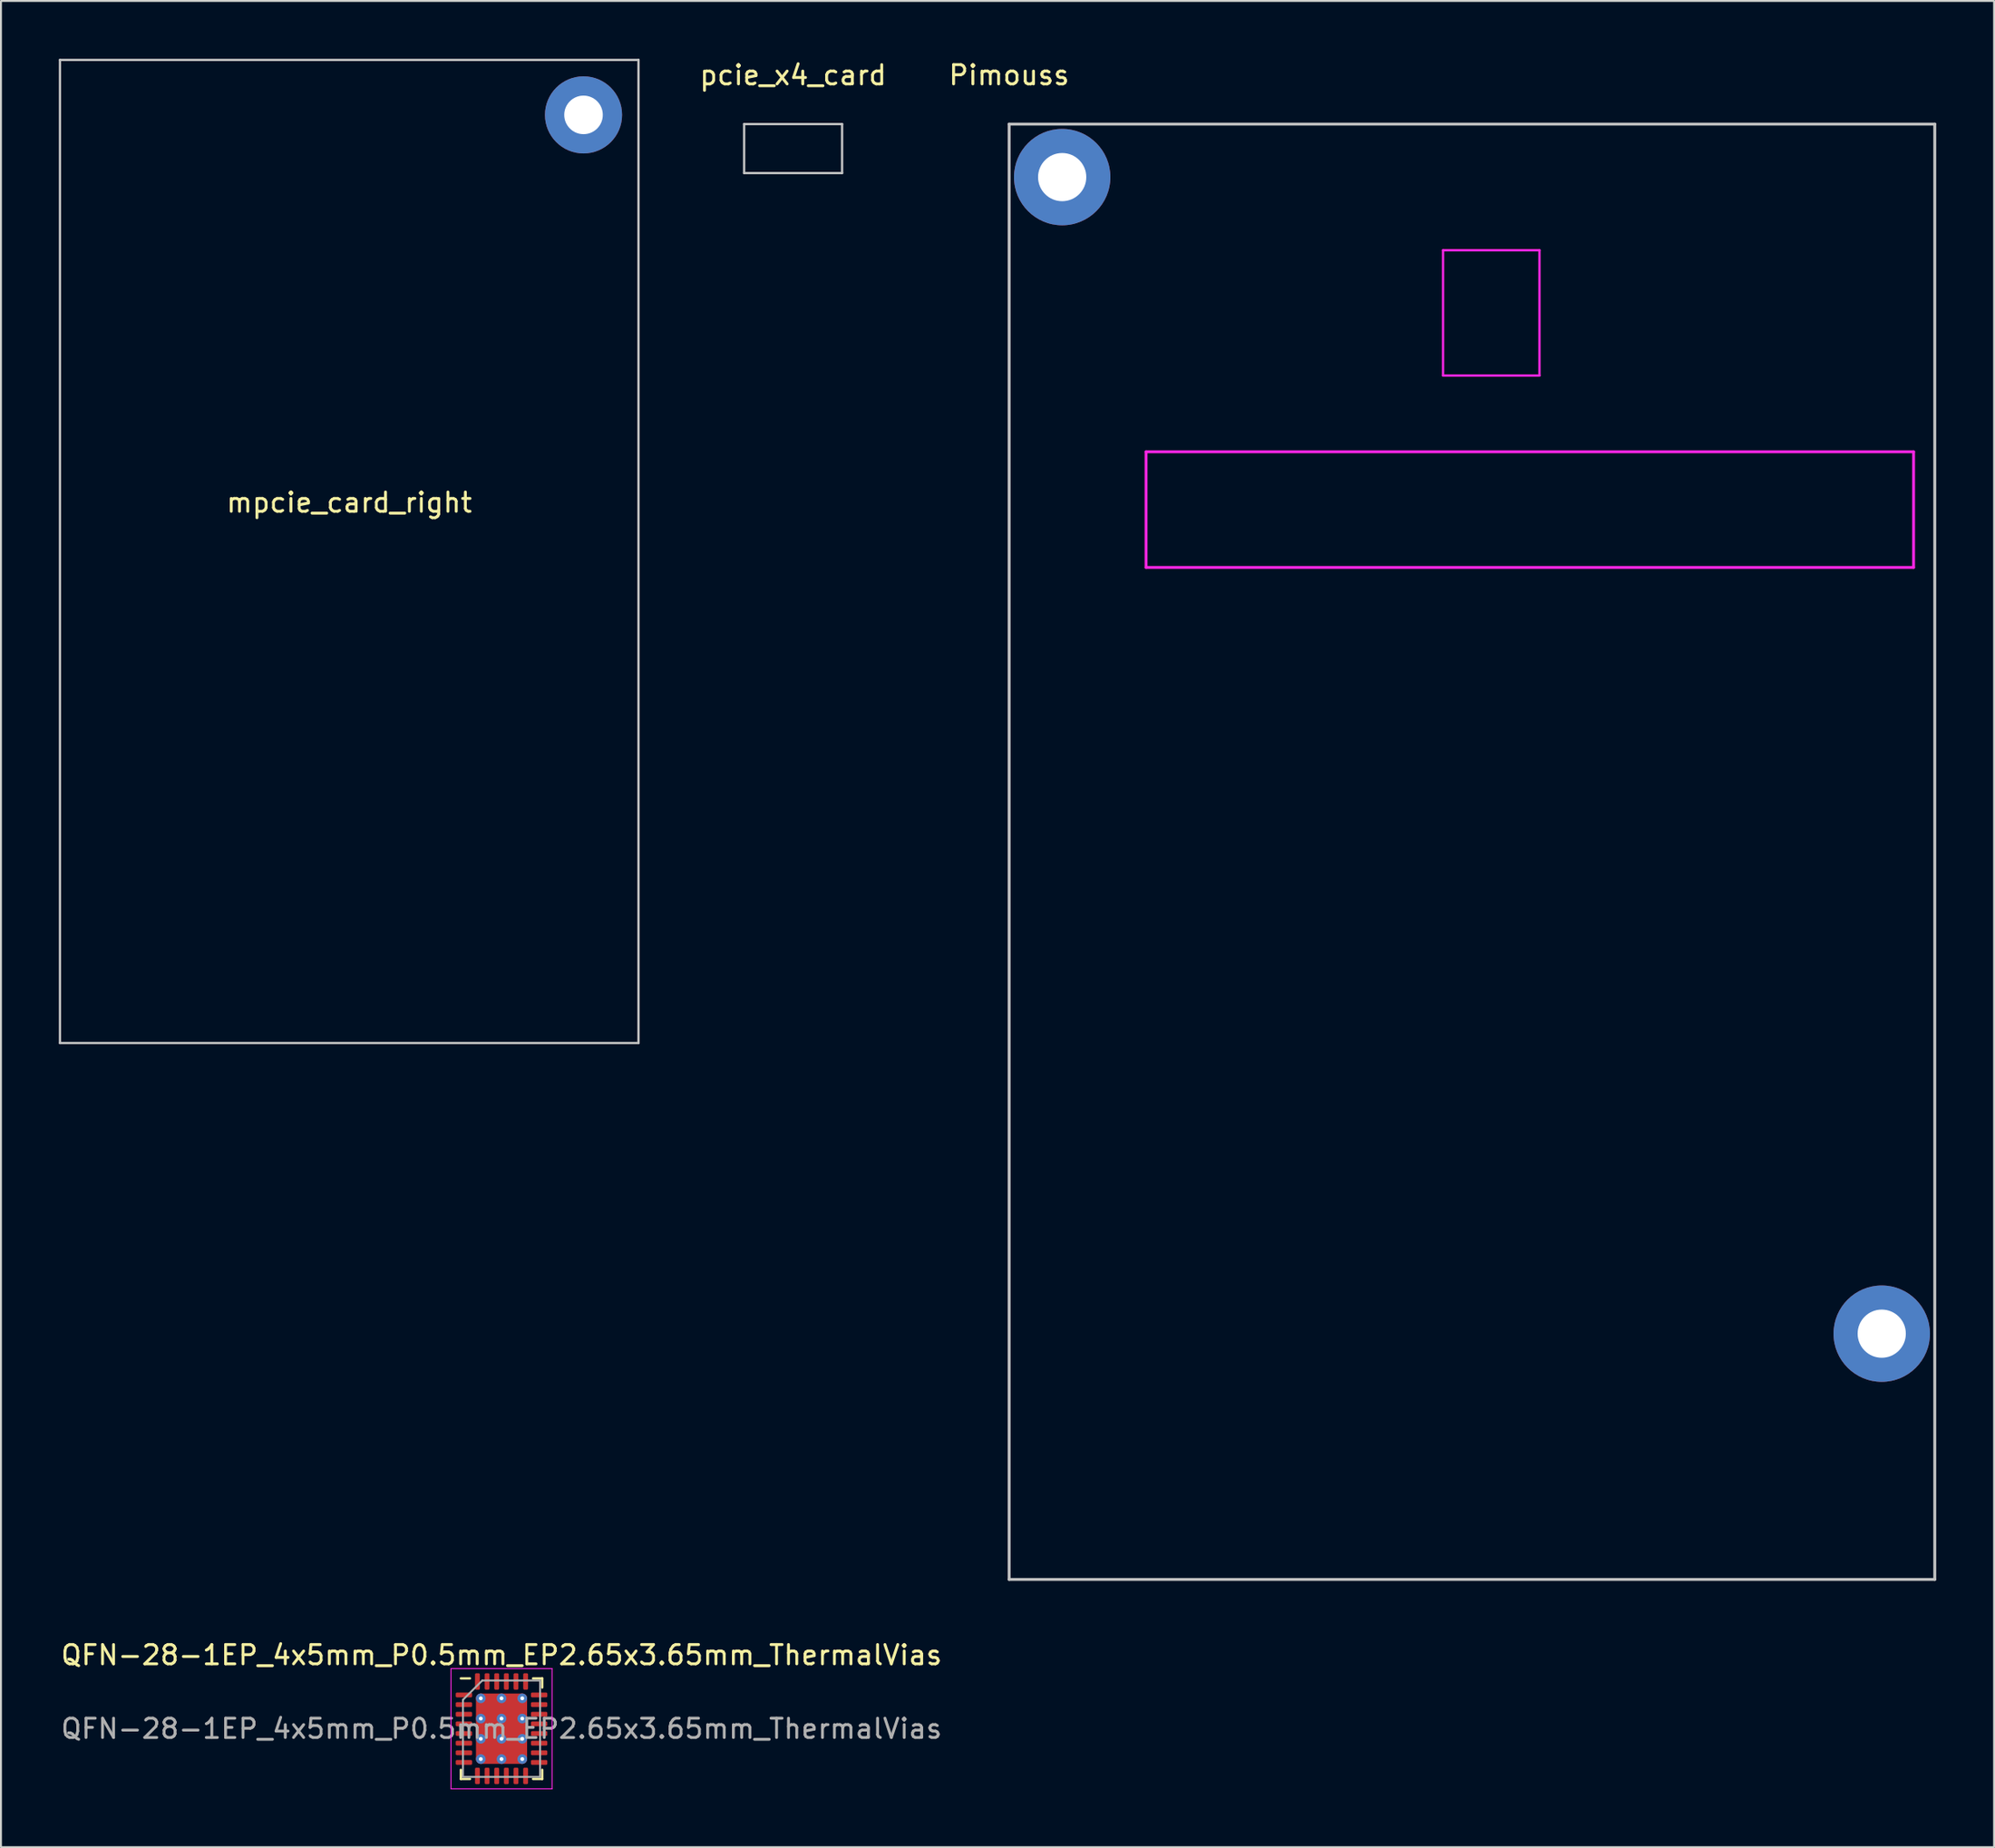
<source format=kicad_pcb>
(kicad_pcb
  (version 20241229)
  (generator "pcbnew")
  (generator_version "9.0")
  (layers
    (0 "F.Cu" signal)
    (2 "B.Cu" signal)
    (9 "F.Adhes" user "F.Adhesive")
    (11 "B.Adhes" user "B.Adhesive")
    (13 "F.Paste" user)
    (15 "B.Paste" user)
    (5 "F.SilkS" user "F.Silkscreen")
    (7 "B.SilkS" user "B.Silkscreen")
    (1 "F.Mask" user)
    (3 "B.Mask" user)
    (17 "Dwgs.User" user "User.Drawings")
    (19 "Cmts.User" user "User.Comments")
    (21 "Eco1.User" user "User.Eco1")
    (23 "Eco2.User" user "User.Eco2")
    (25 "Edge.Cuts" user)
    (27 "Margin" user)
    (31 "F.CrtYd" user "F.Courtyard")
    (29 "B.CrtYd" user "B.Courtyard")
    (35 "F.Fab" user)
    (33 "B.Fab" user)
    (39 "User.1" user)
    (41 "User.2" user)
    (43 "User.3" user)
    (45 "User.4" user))
  (footprint "pcie_x4_card"
    (layer "F.Cu")
    (at 38.078 4.658)
    (property "Reference" "pcie_x4_card" (at 0 -3.81 0) (layer "F.SilkS") (effects (font (size 1 1) (thickness 0.15))))
    (attr through_hole)
    (fp_line (start -2.54 -1.27) (end 2.54 -1.27) (stroke (width 0.12) (type solid)) (layer "Dwgs.User"))
    (fp_line (start -2.54 1.27) (end -2.54 -1.27) (stroke (width 0.12) (type solid)) (layer "Dwgs.User"))
    (fp_line (start 2.54 -1.27) (end 2.54 1.27) (stroke (width 0.12) (type solid)) (layer "Dwgs.User"))
    (fp_line (start 2.54 1.27) (end -2.54 1.27) (stroke (width 0.12) (type solid)) (layer "Dwgs.User")))
  (footprint "Pimouss"
    (layer "F.Cu")
    (at 76.281 23.388)
    (property "Reference" "Pimouss" (at -27 -22.54 0) (layer "F.SilkS") (effects (font (size 1 1) (thickness 0.15))))
    (attr exclude_from_pos_files exclude_from_bom)
    (fp_line (start -27 -20) (end 21 -20) (stroke (width 0.15) (type solid)) (layer "Dwgs.User"))
    (fp_line (start -27 55.5) (end -27 -20) (stroke (width 0.15) (type solid)) (layer "Dwgs.User"))
    (fp_line (start 21 -20) (end 21 55.5) (stroke (width 0.15) (type solid)) (layer "Dwgs.User"))
    (fp_line (start 21 55.5) (end -27 55.5) (stroke (width 0.15) (type solid)) (layer "Dwgs.User"))
    (fp_line (start -19.9 -3) (end -19.9 3) (stroke (width 0.15) (type solid)) (layer "F.CrtYd"))
    (fp_line (start -19.9 -3) (end 19.9 -3) (stroke (width 0.15) (type solid)) (layer "F.CrtYd"))
    (fp_line (start -4.5 -13.455) (end 0.5 -13.455) (stroke (width 0.12) (type solid)) (layer "F.CrtYd"))
    (fp_line (start -4.5 -6.955) (end -4.5 -13.455) (stroke (width 0.12) (type solid)) (layer "F.CrtYd"))
    (fp_line (start -4.5 -6.955) (end 0.5 -6.955) (stroke (width 0.12) (type solid)) (layer "F.CrtYd"))
    (fp_line (start 0.5 -13.455) (end 0.5 -6.955) (stroke (width 0.12) (type solid)) (layer "F.CrtYd"))
    (fp_line (start 19.9 -3) (end 19.9 3) (stroke (width 0.15) (type solid)) (layer "F.CrtYd"))
    (fp_line (start 19.9 3) (end -19.9 3) (stroke (width 0.15) (type solid)) (layer "F.CrtYd"))
    (pad "1" thru_hole circle (at -24.25 -17.25) (size 5 5) (drill 2.5) (layers "*.Cu" "*.Mask"))
    (pad "2" thru_hole circle (at 18.25 42.75) (size 5 5) (drill 2.5) (layers "*.Cu" "*.Mask")))
  (footprint "mpcie_card_right"
    (layer "F.Cu")
    (at 2.46 50.96)
    (property "Reference" "mpcie_card_right" (at 12.6 -27.94 0) (layer "F.SilkS") (effects (font (size 1 1) (thickness 0.15))))
    (attr exclude_from_pos_files exclude_from_bom)
    (fp_line (start -2.4 0.1) (end -2.4 -50.9) (stroke (width 0.12) (type solid)) (layer "Dwgs.User"))
    (fp_line (start -2.4 0.1) (end 27.6 0.1) (stroke (width 0.12) (type solid)) (layer "Dwgs.User"))
    (fp_line (start 27.6 -50.9) (end -2.4 -50.9) (stroke (width 0.12) (type solid)) (layer "Dwgs.User"))
    (fp_line (start 27.6 -50.9) (end 27.6 0.1) (stroke (width 0.12) (type solid)) (layer "Dwgs.User"))
    (pad "1" thru_hole circle (at 24.75 -48.05) (size 4 4) (drill 2) (layers "*.Cu" "*.Mask")))
  (footprint "QFN-28-1EP_4x5mm_P0.5mm_EP2.65x3.65mm_ThermalVias"
    (layer "F.Cu")
    (at 22.958 86.632)
    (property "Reference" "QFN-28-1EP_4x5mm_P0.5mm_EP2.65x3.65mm_ThermalVias" (at 0 -3.82 0) (layer "F.SilkS") (effects (font (size 1 1) (thickness 0.15))))
    (attr smd)
    (fp_line (start -2.11 2.61) (end -2.11 2.135) (stroke (width 0.12) (type solid)) (layer "F.SilkS"))
    (fp_line (start -1.635 -2.61) (end -2.11 -2.61) (stroke (width 0.12) (type solid)) (layer "F.SilkS"))
    (fp_line (start -1.635 2.61) (end -2.11 2.61) (stroke (width 0.12) (type solid)) (layer "F.SilkS"))
    (fp_line (start 1.635 -2.61) (end 2.11 -2.61) (stroke (width 0.12) (type solid)) (layer "F.SilkS"))
    (fp_line (start 1.635 2.61) (end 2.11 2.61) (stroke (width 0.12) (type solid)) (layer "F.SilkS"))
    (fp_line (start 2.11 -2.61) (end 2.11 -2.135) (stroke (width 0.12) (type solid)) (layer "F.SilkS"))
    (fp_line (start 2.11 2.61) (end 2.11 2.135) (stroke (width 0.12) (type solid)) (layer "F.SilkS"))
    (fp_line (start -2.62 -3.12) (end -2.62 3.12) (stroke (width 0.05) (type solid)) (layer "F.CrtYd"))
    (fp_line (start -2.62 3.12) (end 2.62 3.12) (stroke (width 0.05) (type solid)) (layer "F.CrtYd"))
    (fp_line (start 2.62 -3.12) (end -2.62 -3.12) (stroke (width 0.05) (type solid)) (layer "F.CrtYd"))
    (fp_line (start 2.62 3.12) (end 2.62 -3.12) (stroke (width 0.05) (type solid)) (layer "F.CrtYd"))
    (fp_line (start -2 -1.5) (end -1 -2.5) (stroke (width 0.1) (type solid)) (layer "F.Fab"))
    (fp_line (start -2 2.5) (end -2 -1.5) (stroke (width 0.1) (type solid)) (layer "F.Fab"))
    (fp_line (start -1 -2.5) (end 2 -2.5) (stroke (width 0.1) (type solid)) (layer "F.Fab"))
    (fp_line (start 2 -2.5) (end 2 2.5) (stroke (width 0.1) (type solid)) (layer "F.Fab"))
    (fp_line (start 2 2.5) (end -2 2.5) (stroke (width 0.1) (type solid)) (layer "F.Fab"))
    (fp_text user "${REFERENCE}" (at 0 0 0) (layer "F.Fab") (effects (font (size 1 1) (thickness 0.15))))
    (pad "" smd roundrect (at -0.66 -1.22) (size 1.07 0.98) (layers "F.Paste") (roundrect_rratio 0.25))
    (pad "" smd roundrect (at -0.66 0) (size 1.07 0.98) (layers "F.Paste") (roundrect_rratio 0.25))
    (pad "" smd roundrect (at -0.66 1.22) (size 1.07 0.98) (layers "F.Paste") (roundrect_rratio 0.25))
    (pad "" smd roundrect (at 0.66 -1.22) (size 1.07 0.98) (layers "F.Paste") (roundrect_rratio 0.25))
    (pad "" smd roundrect (at 0.66 0) (size 1.07 0.98) (layers "F.Paste") (roundrect_rratio 0.25))
    (pad "" smd roundrect (at 0.66 1.22) (size 1.07 0.98) (layers "F.Paste") (roundrect_rratio 0.25))
    (pad "1" smd roundrect (at -1.95 -1.75) (size 0.85 0.25) (layers "F.Cu" "F.Mask" "F.Paste") (roundrect_rratio 0.25))
    (pad "2" smd roundrect (at -1.95 -1.25) (size 0.85 0.25) (layers "F.Cu" "F.Mask" "F.Paste") (roundrect_rratio 0.25))
    (pad "3" smd roundrect (at -1.95 -0.75) (size 0.85 0.25) (layers "F.Cu" "F.Mask" "F.Paste") (roundrect_rratio 0.25))
    (pad "4" smd roundrect (at -1.95 -0.25) (size 0.85 0.25) (layers "F.Cu" "F.Mask" "F.Paste") (roundrect_rratio 0.25))
    (pad "5" smd roundrect (at -1.95 0.25) (size 0.85 0.25) (layers "F.Cu" "F.Mask" "F.Paste") (roundrect_rratio 0.25))
    (pad "6" smd roundrect (at -1.95 0.75) (size 0.85 0.25) (layers "F.Cu" "F.Mask" "F.Paste") (roundrect_rratio 0.25))
    (pad "7" smd roundrect (at -1.95 1.25) (size 0.85 0.25) (layers "F.Cu" "F.Mask" "F.Paste") (roundrect_rratio 0.25))
    (pad "8" smd roundrect (at -1.95 1.75) (size 0.85 0.25) (layers "F.Cu" "F.Mask" "F.Paste") (roundrect_rratio 0.25))
    (pad "9" smd roundrect (at -1.25 2.45) (size 0.25 0.85) (layers "F.Cu" "F.Mask" "F.Paste") (roundrect_rratio 0.25))
    (pad "10" smd roundrect (at -0.75 2.45) (size 0.25 0.85) (layers "F.Cu" "F.Mask" "F.Paste") (roundrect_rratio 0.25))
    (pad "11" smd roundrect (at -0.25 2.45) (size 0.25 0.85) (layers "F.Cu" "F.Mask" "F.Paste") (roundrect_rratio 0.25))
    (pad "12" smd roundrect (at 0.25 2.45) (size 0.25 0.85) (layers "F.Cu" "F.Mask" "F.Paste") (roundrect_rratio 0.25))
    (pad "13" smd roundrect (at 0.75 2.45) (size 0.25 0.85) (layers "F.Cu" "F.Mask" "F.Paste") (roundrect_rratio 0.25))
    (pad "14" smd roundrect (at 1.25 2.45) (size 0.25 0.85) (layers "F.Cu" "F.Mask" "F.Paste") (roundrect_rratio 0.25))
    (pad "15" smd roundrect (at 1.95 1.75) (size 0.85 0.25) (layers "F.Cu" "F.Mask" "F.Paste") (roundrect_rratio 0.25))
    (pad "16" smd roundrect (at 1.95 1.25) (size 0.85 0.25) (layers "F.Cu" "F.Mask" "F.Paste") (roundrect_rratio 0.25))
    (pad "17" smd roundrect (at 1.95 0.75) (size 0.85 0.25) (layers "F.Cu" "F.Mask" "F.Paste") (roundrect_rratio 0.25))
    (pad "18" smd roundrect (at 1.95 0.25) (size 0.85 0.25) (layers "F.Cu" "F.Mask" "F.Paste") (roundrect_rratio 0.25))
    (pad "19" smd roundrect (at 1.95 -0.25) (size 0.85 0.25) (layers "F.Cu" "F.Mask" "F.Paste") (roundrect_rratio 0.25))
    (pad "20" smd roundrect (at 1.95 -0.75) (size 0.85 0.25) (layers "F.Cu" "F.Mask" "F.Paste") (roundrect_rratio 0.25))
    (pad "21" smd roundrect (at 1.95 -1.25) (size 0.85 0.25) (layers "F.Cu" "F.Mask" "F.Paste") (roundrect_rratio 0.25))
    (pad "22" smd roundrect (at 1.95 -1.75) (size 0.85 0.25) (layers "F.Cu" "F.Mask" "F.Paste") (roundrect_rratio 0.25))
    (pad "23" smd roundrect (at 1.25 -2.45) (size 0.25 0.85) (layers "F.Cu" "F.Mask" "F.Paste") (roundrect_rratio 0.25))
    (pad "24" smd roundrect (at 0.75 -2.45) (size 0.25 0.85) (layers "F.Cu" "F.Mask" "F.Paste") (roundrect_rratio 0.25))
    (pad "25" smd roundrect (at 0.25 -2.45) (size 0.25 0.85) (layers "F.Cu" "F.Mask" "F.Paste") (roundrect_rratio 0.25))
    (pad "26" smd roundrect (at -0.25 -2.45) (size 0.25 0.85) (layers "F.Cu" "F.Mask" "F.Paste") (roundrect_rratio 0.25))
    (pad "27" smd roundrect (at -0.75 -2.45) (size 0.25 0.85) (layers "F.Cu" "F.Mask" "F.Paste") (roundrect_rratio 0.25))
    (pad "28" smd roundrect (at -1.25 -2.45) (size 0.25 0.85) (layers "F.Cu" "F.Mask" "F.Paste") (roundrect_rratio 0.25))
    (pad "29" thru_hole circle (at -1.075 -1.575) (size 0.5 0.5) (drill 0.2) (layers "*.Cu"))
    (pad "29" thru_hole circle (at -1.075 -0.525) (size 0.5 0.5) (drill 0.2) (layers "*.Cu"))
    (pad "29" thru_hole circle (at -1.075 0.525) (size 0.5 0.5) (drill 0.2) (layers "*.Cu"))
    (pad "29" thru_hole circle (at -1.075 1.575) (size 0.5 0.5) (drill 0.2) (layers "*.Cu"))
    (pad "29" thru_hole circle (at 0 -1.575) (size 0.5 0.5) (drill 0.2) (layers "*.Cu"))
    (pad "29" thru_hole circle (at 0 -0.525) (size 0.5 0.5) (drill 0.2) (layers "*.Cu"))
    (pad "29" smd roundrect (at 0 0) (size 2.65 3.65) (layers "F.Cu" "F.Mask") (roundrect_rratio 0.094))
    (pad "29" thru_hole circle (at 0 0.525) (size 0.5 0.5) (drill 0.2) (layers "*.Cu"))
    (pad "29" thru_hole circle (at 0 1.575) (size 0.5 0.5) (drill 0.2) (layers "*.Cu"))
    (pad "29" thru_hole circle (at 1.075 -1.575) (size 0.5 0.5) (drill 0.2) (layers "*.Cu"))
    (pad "29" thru_hole circle (at 1.075 -0.525) (size 0.5 0.5) (drill 0.2) (layers "*.Cu"))
    (pad "29" thru_hole circle (at 1.075 0.525) (size 0.5 0.5) (drill 0.2) (layers "*.Cu"))
    (pad "29" thru_hole circle (at 1.075 1.575) (size 0.5 0.5) (drill 0.2) (layers "*.Cu")))
  (gr_rect
    (start -3 -3)
    (end 100.356 92.776)
    (stroke (width 0.1) (type default))
    (fill no)
    (layer "Edge.Cuts")))
</source>
